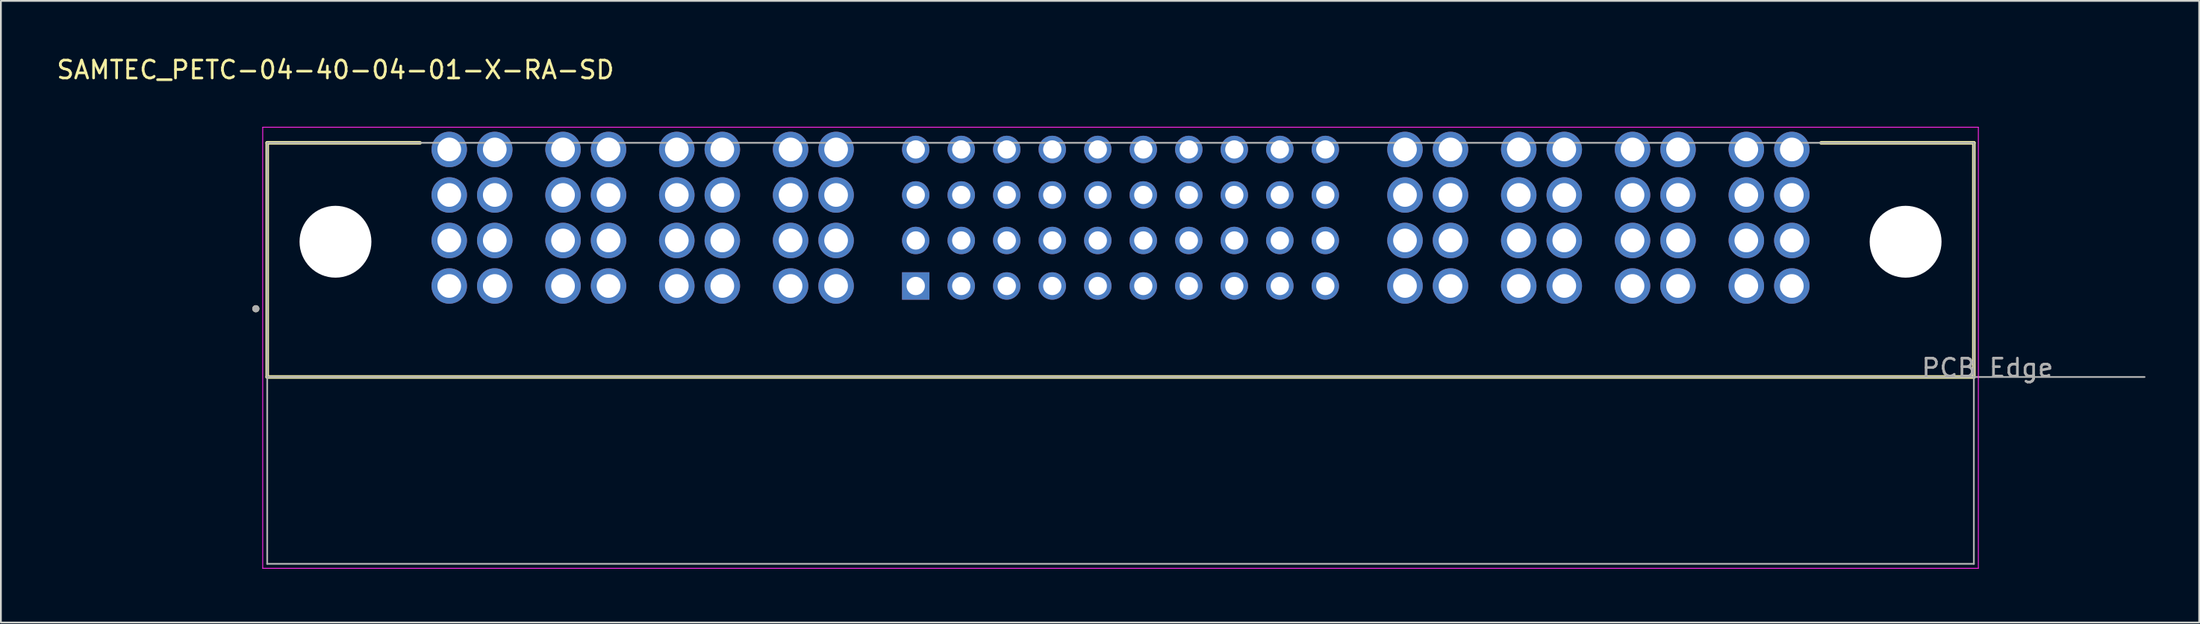
<source format=kicad_pcb>
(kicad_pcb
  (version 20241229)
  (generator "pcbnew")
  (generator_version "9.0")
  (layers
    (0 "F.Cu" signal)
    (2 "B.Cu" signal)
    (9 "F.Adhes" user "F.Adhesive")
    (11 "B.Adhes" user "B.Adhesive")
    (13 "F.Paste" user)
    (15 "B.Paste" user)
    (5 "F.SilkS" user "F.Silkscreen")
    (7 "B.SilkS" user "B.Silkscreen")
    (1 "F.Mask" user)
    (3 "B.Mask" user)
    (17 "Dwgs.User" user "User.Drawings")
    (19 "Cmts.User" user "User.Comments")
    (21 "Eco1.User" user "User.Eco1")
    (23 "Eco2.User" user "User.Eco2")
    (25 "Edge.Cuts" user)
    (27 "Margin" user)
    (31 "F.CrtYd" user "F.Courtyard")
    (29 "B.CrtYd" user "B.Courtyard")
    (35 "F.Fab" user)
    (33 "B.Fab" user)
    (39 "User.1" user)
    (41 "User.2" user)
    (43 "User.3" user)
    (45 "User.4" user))
  (footprint "SAMTEC_PETC-04-40-04-01-X-RA-SD"
    (layer "F.Cu")
    (at 59.488 10.373)
    (property "Reference" "SAMTEC_PETC-04-40-04-01-X-RA-SD" (at -43.815 -9.525 0) (layer "F.SilkS") (effects (font (size 1 1) (thickness 0.15))))
    (attr through_hole)
    (fp_line (start -47.625 -5.45) (end -47.625 7.62) (stroke (width 0.2) (type solid)) (layer "F.SilkS"))
    (fp_line (start -47.625 7.62) (end 47.625 7.62) (stroke (width 0.2) (type solid)) (layer "F.SilkS"))
    (fp_line (start -39.1 -5.45) (end -47.625 -5.45) (stroke (width 0.2) (type solid)) (layer "F.SilkS"))
    (fp_line (start 47.625 -5.45) (end 39.1 -5.45) (stroke (width 0.2) (type solid)) (layer "F.SilkS"))
    (fp_line (start 47.625 7.62) (end 47.625 -5.45) (stroke (width 0.2) (type solid)) (layer "F.SilkS"))
    (fp_circle (center -48.26 3.81) (end -48.16 3.81) (stroke (width 0.2) (type solid)) (fill no) (layer "F.SilkS"))
    (fp_line (start -47.875 -6.32) (end 47.875 -6.32) (stroke (width 0.05) (type solid)) (layer "F.CrtYd"))
    (fp_line (start -47.875 18.3) (end -47.875 -6.32) (stroke (width 0.05) (type solid)) (layer "F.CrtYd"))
    (fp_line (start 47.875 -6.32) (end 47.875 18.3) (stroke (width 0.05) (type solid)) (layer "F.CrtYd"))
    (fp_line (start 47.875 18.3) (end -47.875 18.3) (stroke (width 0.05) (type solid)) (layer "F.CrtYd"))
    (fp_line (start -47.625 -5.45) (end 47.625 -5.45) (stroke (width 0.1) (type solid)) (layer "F.Fab"))
    (fp_line (start -47.625 7.62) (end -47.625 -5.45) (stroke (width 0.1) (type solid)) (layer "F.Fab"))
    (fp_line (start -47.625 18.05) (end -47.625 7.62) (stroke (width 0.1) (type solid)) (layer "F.Fab"))
    (fp_line (start 47.625 -5.45) (end 47.625 7.62) (stroke (width 0.1) (type solid)) (layer "F.Fab"))
    (fp_line (start 47.625 7.62) (end -47.625 7.62) (stroke (width 0.1) (type solid)) (layer "F.Fab"))
    (fp_line (start 47.625 7.62) (end 47.625 18.05) (stroke (width 0.1) (type solid)) (layer "F.Fab"))
    (fp_line (start 47.625 7.62) (end 57.15 7.62) (stroke (width 0.1) (type solid)) (layer "F.Fab"))
    (fp_line (start 47.625 18.05) (end -47.625 18.05) (stroke (width 0.1) (type solid)) (layer "F.Fab"))
    (fp_circle (center -48.26 3.81) (end -48.16 3.81) (stroke (width 0.2) (type solid)) (fill no) (layer "F.Fab"))
    (fp_text user "PCB Edge" (at 48.387 7.112 0) (layer "F.Fab") (effects (font (size 1 1) (thickness 0.15))))
    (pad "" np_thru_hole circle (at -43.815 0.07) (size 4.01 4.01) (drill 4.01) (layers "*.Cu" "*.Mask"))
    (pad "" np_thru_hole circle (at 43.815 0.07) (size 4.01 4.01) (drill 4.01) (layers "*.Cu" "*.Mask"))
    (pad "P01_1" thru_hole circle (at -37.465 -5.08) (size 1.98 1.98) (drill 1.32) (layers "*.Cu" "*.Mask"))
    (pad "P01_2" thru_hole circle (at -37.465 -2.54) (size 1.98 1.98) (drill 1.32) (layers "*.Cu" "*.Mask"))
    (pad "P01_3" thru_hole circle (at -37.465 0) (size 1.98 1.98) (drill 1.32) (layers "*.Cu" "*.Mask"))
    (pad "P01_4" thru_hole circle (at -37.465 2.54) (size 1.98 1.98) (drill 1.32) (layers "*.Cu" "*.Mask"))
    (pad "P01_5" thru_hole circle (at -34.925 -5.08) (size 1.98 1.98) (drill 1.32) (layers "*.Cu" "*.Mask"))
    (pad "P01_6" thru_hole circle (at -34.925 -2.54) (size 1.98 1.98) (drill 1.32) (layers "*.Cu" "*.Mask"))
    (pad "P01_7" thru_hole circle (at -34.925 0) (size 1.98 1.98) (drill 1.32) (layers "*.Cu" "*.Mask"))
    (pad "P01_8" thru_hole circle (at -34.925 2.54) (size 1.98 1.98) (drill 1.32) (layers "*.Cu" "*.Mask"))
    (pad "P02_1" thru_hole circle (at -31.115 -5.08) (size 1.98 1.98) (drill 1.32) (layers "*.Cu" "*.Mask"))
    (pad "P02_2" thru_hole circle (at -31.115 -2.54) (size 1.98 1.98) (drill 1.32) (layers "*.Cu" "*.Mask"))
    (pad "P02_3" thru_hole circle (at -31.115 0) (size 1.98 1.98) (drill 1.32) (layers "*.Cu" "*.Mask"))
    (pad "P02_4" thru_hole circle (at -31.115 2.54) (size 1.98 1.98) (drill 1.32) (layers "*.Cu" "*.Mask"))
    (pad "P02_5" thru_hole circle (at -28.575 -5.08) (size 1.98 1.98) (drill 1.32) (layers "*.Cu" "*.Mask"))
    (pad "P02_6" thru_hole circle (at -28.575 -2.54) (size 1.98 1.98) (drill 1.32) (layers "*.Cu" "*.Mask"))
    (pad "P02_7" thru_hole circle (at -28.575 0) (size 1.98 1.98) (drill 1.32) (layers "*.Cu" "*.Mask"))
    (pad "P02_8" thru_hole circle (at -28.575 2.54) (size 1.98 1.98) (drill 1.32) (layers "*.Cu" "*.Mask"))
    (pad "P03_1" thru_hole circle (at -24.765 -5.08) (size 1.98 1.98) (drill 1.32) (layers "*.Cu" "*.Mask"))
    (pad "P03_2" thru_hole circle (at -24.765 -2.54) (size 1.98 1.98) (drill 1.32) (layers "*.Cu" "*.Mask"))
    (pad "P03_3" thru_hole circle (at -24.765 0) (size 1.98 1.98) (drill 1.32) (layers "*.Cu" "*.Mask"))
    (pad "P03_4" thru_hole circle (at -24.765 2.54) (size 1.98 1.98) (drill 1.32) (layers "*.Cu" "*.Mask"))
    (pad "P03_5" thru_hole circle (at -22.225 -5.08) (size 1.98 1.98) (drill 1.32) (layers "*.Cu" "*.Mask"))
    (pad "P03_6" thru_hole circle (at -22.225 -2.54) (size 1.98 1.98) (drill 1.32) (layers "*.Cu" "*.Mask"))
    (pad "P03_7" thru_hole circle (at -22.225 0) (size 1.98 1.98) (drill 1.32) (layers "*.Cu" "*.Mask"))
    (pad "P03_8" thru_hole circle (at -22.225 2.54) (size 1.98 1.98) (drill 1.32) (layers "*.Cu" "*.Mask"))
    (pad "P04_1" thru_hole circle (at -18.415 -5.08) (size 1.98 1.98) (drill 1.32) (layers "*.Cu" "*.Mask"))
    (pad "P04_2" thru_hole circle (at -18.415 -2.54) (size 1.98 1.98) (drill 1.32) (layers "*.Cu" "*.Mask"))
    (pad "P04_3" thru_hole circle (at -18.415 0) (size 1.98 1.98) (drill 1.32) (layers "*.Cu" "*.Mask"))
    (pad "P04_4" thru_hole circle (at -18.415 2.54) (size 1.98 1.98) (drill 1.32) (layers "*.Cu" "*.Mask"))
    (pad "P04_5" thru_hole circle (at -15.875 -5.08) (size 1.98 1.98) (drill 1.32) (layers "*.Cu" "*.Mask"))
    (pad "P04_6" thru_hole circle (at -15.875 -2.54) (size 1.98 1.98) (drill 1.32) (layers "*.Cu" "*.Mask"))
    (pad "P04_7" thru_hole circle (at -15.875 0) (size 1.98 1.98) (drill 1.32) (layers "*.Cu" "*.Mask"))
    (pad "P04_8" thru_hole circle (at -15.875 2.54) (size 1.98 1.98) (drill 1.32) (layers "*.Cu" "*.Mask"))
    (pad "P05_1" thru_hole circle (at 15.875 -5.08) (size 1.98 1.98) (drill 1.32) (layers "*.Cu" "*.Mask"))
    (pad "P05_2" thru_hole circle (at 15.875 -2.54) (size 1.98 1.98) (drill 1.32) (layers "*.Cu" "*.Mask"))
    (pad "P05_3" thru_hole circle (at 15.875 0) (size 1.98 1.98) (drill 1.32) (layers "*.Cu" "*.Mask"))
    (pad "P05_4" thru_hole circle (at 15.875 2.54) (size 1.98 1.98) (drill 1.32) (layers "*.Cu" "*.Mask"))
    (pad "P05_5" thru_hole circle (at 18.415 -5.08) (size 1.98 1.98) (drill 1.32) (layers "*.Cu" "*.Mask"))
    (pad "P05_6" thru_hole circle (at 18.415 -2.54) (size 1.98 1.98) (drill 1.32) (layers "*.Cu" "*.Mask"))
    (pad "P05_7" thru_hole circle (at 18.415 0) (size 1.98 1.98) (drill 1.32) (layers "*.Cu" "*.Mask"))
    (pad "P05_8" thru_hole circle (at 18.415 2.54) (size 1.98 1.98) (drill 1.32) (layers "*.Cu" "*.Mask"))
    (pad "P06_1" thru_hole circle (at 22.225 -5.08) (size 1.98 1.98) (drill 1.32) (layers "*.Cu" "*.Mask"))
    (pad "P06_2" thru_hole circle (at 22.225 -2.54) (size 1.98 1.98) (drill 1.32) (layers "*.Cu" "*.Mask"))
    (pad "P06_3" thru_hole circle (at 22.225 0) (size 1.98 1.98) (drill 1.32) (layers "*.Cu" "*.Mask"))
    (pad "P06_4" thru_hole circle (at 22.225 2.54) (size 1.98 1.98) (drill 1.32) (layers "*.Cu" "*.Mask"))
    (pad "P06_5" thru_hole circle (at 24.765 -5.08) (size 1.98 1.98) (drill 1.32) (layers "*.Cu" "*.Mask"))
    (pad "P06_6" thru_hole circle (at 24.765 -2.54) (size 1.98 1.98) (drill 1.32) (layers "*.Cu" "*.Mask"))
    (pad "P06_7" thru_hole circle (at 24.765 0) (size 1.98 1.98) (drill 1.32) (layers "*.Cu" "*.Mask"))
    (pad "P06_8" thru_hole circle (at 24.765 2.54) (size 1.98 1.98) (drill 1.32) (layers "*.Cu" "*.Mask"))
    (pad "P07_1" thru_hole circle (at 28.575 -5.08) (size 1.98 1.98) (drill 1.32) (layers "*.Cu" "*.Mask"))
    (pad "P07_2" thru_hole circle (at 28.575 -2.54) (size 1.98 1.98) (drill 1.32) (layers "*.Cu" "*.Mask"))
    (pad "P07_3" thru_hole circle (at 28.575 0) (size 1.98 1.98) (drill 1.32) (layers "*.Cu" "*.Mask"))
    (pad "P07_4" thru_hole circle (at 28.575 2.54) (size 1.98 1.98) (drill 1.32) (layers "*.Cu" "*.Mask"))
    (pad "P07_5" thru_hole circle (at 31.115 -5.08) (size 1.98 1.98) (drill 1.32) (layers "*.Cu" "*.Mask"))
    (pad "P07_6" thru_hole circle (at 31.115 -2.54) (size 1.98 1.98) (drill 1.32) (layers "*.Cu" "*.Mask"))
    (pad "P07_7" thru_hole circle (at 31.115 0) (size 1.98 1.98) (drill 1.32) (layers "*.Cu" "*.Mask"))
    (pad "P07_8" thru_hole circle (at 31.115 2.54) (size 1.98 1.98) (drill 1.32) (layers "*.Cu" "*.Mask"))
    (pad "P08_1" thru_hole circle (at 34.925 -5.08) (size 1.98 1.98) (drill 1.32) (layers "*.Cu" "*.Mask"))
    (pad "P08_2" thru_hole circle (at 34.925 -2.54) (size 1.98 1.98) (drill 1.32) (layers "*.Cu" "*.Mask"))
    (pad "P08_3" thru_hole circle (at 34.925 0) (size 1.98 1.98) (drill 1.32) (layers "*.Cu" "*.Mask"))
    (pad "P08_4" thru_hole circle (at 34.925 2.54) (size 1.98 1.98) (drill 1.32) (layers "*.Cu" "*.Mask"))
    (pad "P08_5" thru_hole circle (at 37.465 -5.08) (size 1.98 1.98) (drill 1.32) (layers "*.Cu" "*.Mask"))
    (pad "P08_6" thru_hole circle (at 37.465 -2.54) (size 1.98 1.98) (drill 1.32) (layers "*.Cu" "*.Mask"))
    (pad "P08_7" thru_hole circle (at 37.465 0) (size 1.98 1.98) (drill 1.32) (layers "*.Cu" "*.Mask"))
    (pad "P08_8" thru_hole circle (at 37.465 2.54) (size 1.98 1.98) (drill 1.32) (layers "*.Cu" "*.Mask"))
    (pad "S01" thru_hole rect (at -11.43 2.54) (size 1.53 1.53) (drill 1.02) (layers "*.Cu" "*.Mask"))
    (pad "S02" thru_hole circle (at -11.43 0) (size 1.53 1.53) (drill 1.02) (layers "*.Cu" "*.Mask"))
    (pad "S03" thru_hole circle (at -11.43 -2.54) (size 1.53 1.53) (drill 1.02) (layers "*.Cu" "*.Mask"))
    (pad "S04" thru_hole circle (at -11.43 -5.08) (size 1.53 1.53) (drill 1.02) (layers "*.Cu" "*.Mask"))
    (pad "S05" thru_hole circle (at -8.89 2.54) (size 1.53 1.53) (drill 1.02) (layers "*.Cu" "*.Mask"))
    (pad "S06" thru_hole circle (at -8.89 0) (size 1.53 1.53) (drill 1.02) (layers "*.Cu" "*.Mask"))
    (pad "S07" thru_hole circle (at -8.89 -2.54) (size 1.53 1.53) (drill 1.02) (layers "*.Cu" "*.Mask"))
    (pad "S08" thru_hole circle (at -8.89 -5.08) (size 1.53 1.53) (drill 1.02) (layers "*.Cu" "*.Mask"))
    (pad "S09" thru_hole circle (at -6.35 2.54) (size 1.53 1.53) (drill 1.02) (layers "*.Cu" "*.Mask"))
    (pad "S10" thru_hole circle (at -6.35 0) (size 1.53 1.53) (drill 1.02) (layers "*.Cu" "*.Mask"))
    (pad "S11" thru_hole circle (at -6.35 -2.54) (size 1.53 1.53) (drill 1.02) (layers "*.Cu" "*.Mask"))
    (pad "S12" thru_hole circle (at -6.35 -5.08) (size 1.53 1.53) (drill 1.02) (layers "*.Cu" "*.Mask"))
    (pad "S13" thru_hole circle (at -3.81 2.54) (size 1.53 1.53) (drill 1.02) (layers "*.Cu" "*.Mask"))
    (pad "S14" thru_hole circle (at -3.81 0) (size 1.53 1.53) (drill 1.02) (layers "*.Cu" "*.Mask"))
    (pad "S15" thru_hole circle (at -3.81 -2.54) (size 1.53 1.53) (drill 1.02) (layers "*.Cu" "*.Mask"))
    (pad "S16" thru_hole circle (at -3.81 -5.08) (size 1.53 1.53) (drill 1.02) (layers "*.Cu" "*.Mask"))
    (pad "S17" thru_hole circle (at -1.27 2.54) (size 1.53 1.53) (drill 1.02) (layers "*.Cu" "*.Mask"))
    (pad "S18" thru_hole circle (at -1.27 0) (size 1.53 1.53) (drill 1.02) (layers "*.Cu" "*.Mask"))
    (pad "S19" thru_hole circle (at -1.27 -2.54) (size 1.53 1.53) (drill 1.02) (layers "*.Cu" "*.Mask"))
    (pad "S20" thru_hole circle (at -1.27 -5.08) (size 1.53 1.53) (drill 1.02) (layers "*.Cu" "*.Mask"))
    (pad "S21" thru_hole circle (at 1.27 2.54) (size 1.53 1.53) (drill 1.02) (layers "*.Cu" "*.Mask"))
    (pad "S22" thru_hole circle (at 1.27 0) (size 1.53 1.53) (drill 1.02) (layers "*.Cu" "*.Mask"))
    (pad "S23" thru_hole circle (at 1.27 -2.54) (size 1.53 1.53) (drill 1.02) (layers "*.Cu" "*.Mask"))
    (pad "S24" thru_hole circle (at 1.27 -5.08) (size 1.53 1.53) (drill 1.02) (layers "*.Cu" "*.Mask"))
    (pad "S25" thru_hole circle (at 3.81 2.54) (size 1.53 1.53) (drill 1.02) (layers "*.Cu" "*.Mask"))
    (pad "S26" thru_hole circle (at 3.81 0) (size 1.53 1.53) (drill 1.02) (layers "*.Cu" "*.Mask"))
    (pad "S27" thru_hole circle (at 3.81 -2.54) (size 1.53 1.53) (drill 1.02) (layers "*.Cu" "*.Mask"))
    (pad "S28" thru_hole circle (at 3.81 -5.08) (size 1.53 1.53) (drill 1.02) (layers "*.Cu" "*.Mask"))
    (pad "S29" thru_hole circle (at 6.35 2.54) (size 1.53 1.53) (drill 1.02) (layers "*.Cu" "*.Mask"))
    (pad "S30" thru_hole circle (at 6.35 0) (size 1.53 1.53) (drill 1.02) (layers "*.Cu" "*.Mask"))
    (pad "S31" thru_hole circle (at 6.35 -2.54) (size 1.53 1.53) (drill 1.02) (layers "*.Cu" "*.Mask"))
    (pad "S32" thru_hole circle (at 6.35 -5.08) (size 1.53 1.53) (drill 1.02) (layers "*.Cu" "*.Mask"))
    (pad "S33" thru_hole circle (at 8.89 2.54) (size 1.53 1.53) (drill 1.02) (layers "*.Cu" "*.Mask"))
    (pad "S34" thru_hole circle (at 8.89 0) (size 1.53 1.53) (drill 1.02) (layers "*.Cu" "*.Mask"))
    (pad "S35" thru_hole circle (at 8.89 -2.54) (size 1.53 1.53) (drill 1.02) (layers "*.Cu" "*.Mask"))
    (pad "S36" thru_hole circle (at 8.89 -5.08) (size 1.53 1.53) (drill 1.02) (layers "*.Cu" "*.Mask"))
    (pad "S37" thru_hole circle (at 11.43 2.54) (size 1.53 1.53) (drill 1.02) (layers "*.Cu" "*.Mask"))
    (pad "S38" thru_hole circle (at 11.43 0) (size 1.53 1.53) (drill 1.02) (layers "*.Cu" "*.Mask"))
    (pad "S39" thru_hole circle (at 11.43 -2.54) (size 1.53 1.53) (drill 1.02) (layers "*.Cu" "*.Mask"))
    (pad "S40" thru_hole circle (at 11.43 -5.08) (size 1.53 1.53) (drill 1.02) (layers "*.Cu" "*.Mask")))
  (gr_rect
    (start -3 -3)
    (end 119.688 31.698)
    (stroke (width 0.1) (type default))
    (fill no)
    (layer "Edge.Cuts")))
</source>
